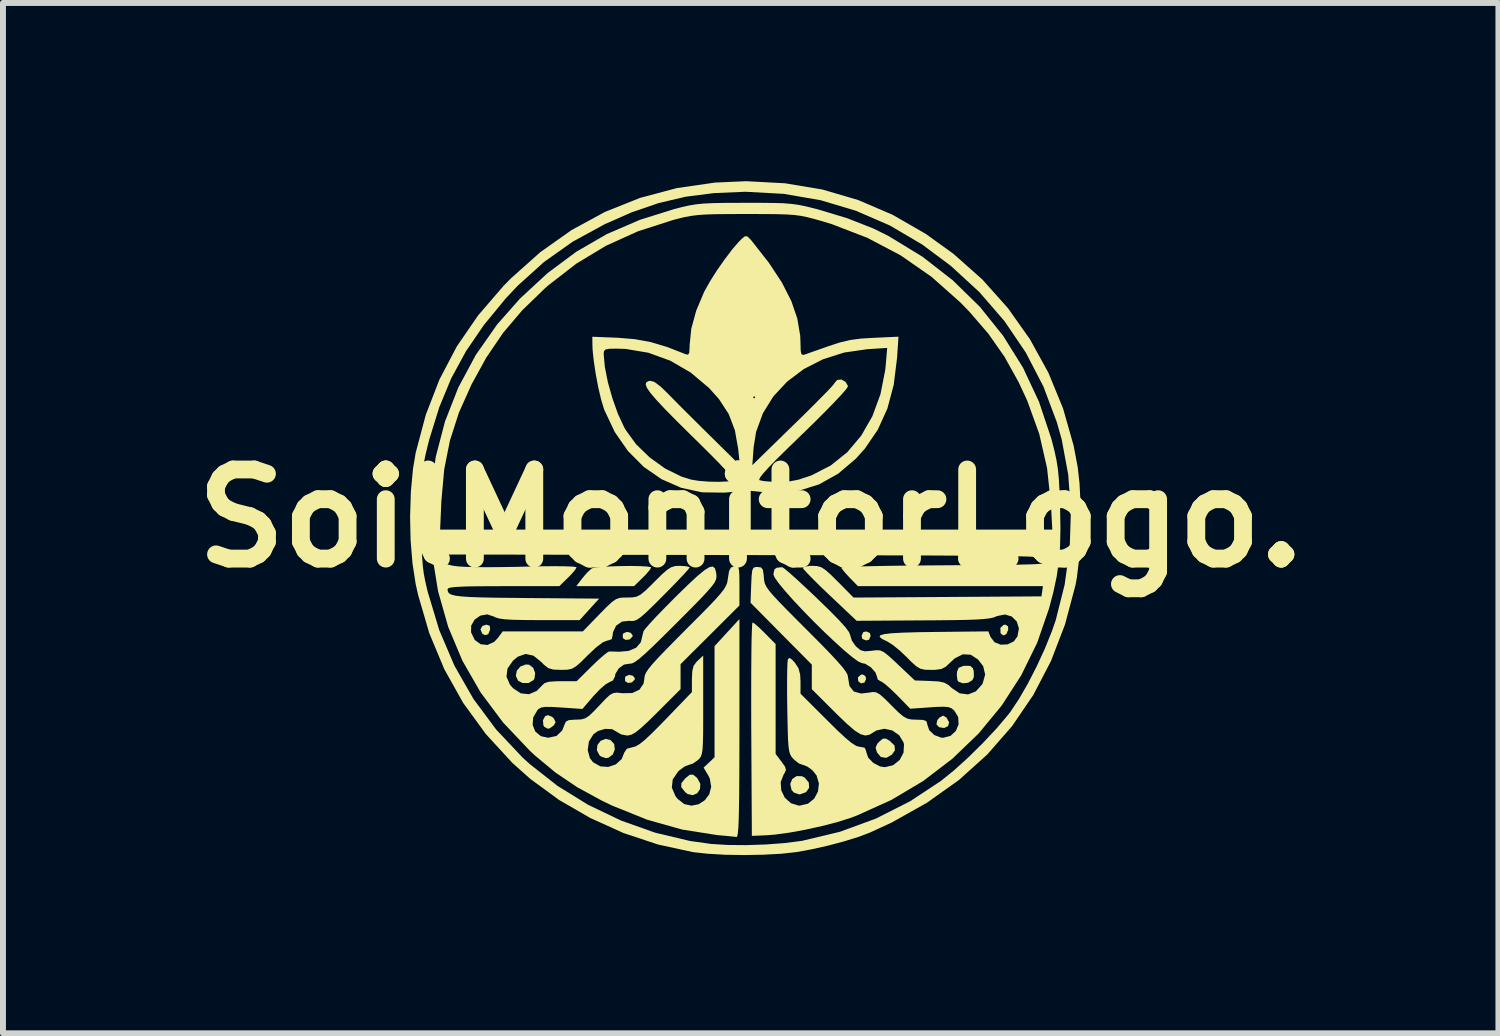
<source format=kicad_pcb>
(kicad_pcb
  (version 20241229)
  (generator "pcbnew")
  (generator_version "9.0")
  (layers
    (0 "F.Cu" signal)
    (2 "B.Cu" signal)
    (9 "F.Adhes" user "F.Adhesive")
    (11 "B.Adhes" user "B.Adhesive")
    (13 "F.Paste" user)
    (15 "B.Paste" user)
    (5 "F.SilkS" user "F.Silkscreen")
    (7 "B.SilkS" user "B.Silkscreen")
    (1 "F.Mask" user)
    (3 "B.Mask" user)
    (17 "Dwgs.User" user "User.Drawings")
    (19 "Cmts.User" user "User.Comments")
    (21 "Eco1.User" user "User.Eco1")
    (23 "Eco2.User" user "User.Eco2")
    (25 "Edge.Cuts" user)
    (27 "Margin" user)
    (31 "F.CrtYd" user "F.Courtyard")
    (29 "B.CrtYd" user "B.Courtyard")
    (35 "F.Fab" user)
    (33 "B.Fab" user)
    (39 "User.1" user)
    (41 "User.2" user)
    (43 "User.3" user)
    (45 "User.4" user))
  (footprint "SoilMonitorLogo."
    (layer "F.Cu")
    (at 9.586 5.674)
    (property "Reference" "SoilMonitorLogo." (at 0 0 0) (layer "F.SilkS") (effects (font (size 1.5 1.5) (thickness 0.3))))
    (attr board_only exclude_from_pos_files exclude_from_bom)
    (fp_poly (pts (xy -4.392 1.81) (xy -4.386 1.873) (xy -4.419 1.952) (xy -4.476 1.967) (xy -4.521 1.938) (xy -4.549 1.87) (xy -4.517 1.812) (xy -4.449 1.79)) (stroke (width 0) (type solid)) (fill yes) (layer "F.SilkS"))
    (fp_poly (pts (xy 1.932 2.659) (xy 1.942 2.704) (xy 1.915 2.765) (xy 1.857 2.778) (xy 1.809 2.742) (xy 1.804 2.678) (xy 1.853 2.633) (xy 1.887 2.628)) (stroke (width 0) (type solid)) (fill yes) (layer "F.SilkS"))
    (fp_poly (pts (xy 2.006 1.931) (xy 2.018 1.98) (xy 1.991 2.044) (xy 1.942 2.056) (xy 1.878 2.029) (xy 1.866 1.98) (xy 1.893 1.917) (xy 1.942 1.904)) (stroke (width 0) (type solid)) (fill yes) (layer "F.SilkS"))
    (fp_poly (pts (xy -2.019 1.928) (xy -1.987 1.971) (xy -1.99 1.99) (xy -2.037 2.039) (xy -2.106 2.047) (xy -2.152 2.017) (xy -2.154 1.955) (xy -2.139 1.934) (xy -2.081 1.911)) (stroke (width 0) (type solid)) (fill yes) (layer "F.SilkS"))
    (fp_poly (pts (xy -1.981 2.652) (xy -1.949 2.695) (xy -1.952 2.713) (xy -1.999 2.762) (xy -2.068 2.771) (xy -2.114 2.741) (xy -2.116 2.679) (xy -2.101 2.657) (xy -2.043 2.635)) (stroke (width 0) (type solid)) (fill yes) (layer "F.SilkS"))
    (fp_poly (pts (xy 4.332 1.82) (xy 4.334 1.873) (xy 4.304 1.947) (xy 4.255 1.972) (xy 4.21 1.941) (xy 4.205 1.928) (xy 4.202 1.844) (xy 4.255 1.795) (xy 4.289 1.79)) (stroke (width 0) (type solid)) (fill yes) (layer "F.SilkS"))
    (fp_poly (pts (xy 3.296 3.355) (xy 3.297 3.357) (xy 3.34 3.435) (xy 3.321 3.498) (xy 3.256 3.53) (xy 3.17 3.516) (xy 3.126 3.467) (xy 3.141 3.396) (xy 3.182 3.35) (xy 3.24 3.321)) (stroke (width 0) (type solid)) (fill yes) (layer "F.SilkS"))
    (fp_poly (pts (xy -3.346 3.34) (xy -3.313 3.37) (xy -3.285 3.431) (xy -3.313 3.484) (xy -3.379 3.533) (xy -3.414 3.542) (xy -3.473 3.511) (xy -3.49 3.484) (xy -3.497 3.398) (xy -3.461 3.331) (xy -3.414 3.313)) (stroke (width 0) (type solid)) (fill yes) (layer "F.SilkS"))
    (fp_poly (pts (xy -3.729 2.465) (xy -3.661 2.517) (xy -3.628 2.606) (xy -3.64 2.697) (xy -3.656 2.723) (xy -3.739 2.772) (xy -3.842 2.772) (xy -3.915 2.734) (xy -3.954 2.652) (xy -3.937 2.565) (xy -3.876 2.494) (xy -3.786 2.46)) (stroke (width 0) (type solid)) (fill yes) (layer "F.SilkS"))
    (fp_poly (pts (xy -2.361 3.732) (xy -2.298 3.8) (xy -2.288 3.891) (xy -2.322 3.976) (xy -2.394 4.03) (xy -2.437 4.037) (xy -2.517 4.011) (xy -2.544 3.991) (xy -2.59 3.904) (xy -2.58 3.815) (xy -2.526 3.745) (xy -2.444 3.713)) (stroke (width 0) (type solid)) (fill yes) (layer "F.SilkS"))
    (fp_poly (pts (xy 0.863 4.341) (xy 0.908 4.364) (xy 0.977 4.447) (xy 0.983 4.536) (xy 0.932 4.609) (xy 0.833 4.645) (xy 0.812 4.646) (xy 0.727 4.616) (xy 0.687 4.572) (xy 0.665 4.471) (xy 0.699 4.388) (xy 0.771 4.339)) (stroke (width 0) (type solid)) (fill yes) (layer "F.SilkS"))
    (fp_poly (pts (xy 2.34 3.746) (xy 2.421 3.824) (xy 2.427 3.906) (xy 2.377 3.977) (xy 2.282 4.032) (xy 2.191 4.018) (xy 2.125 3.94) (xy 2.102 3.86) (xy 2.129 3.797) (xy 2.161 3.762) (xy 2.223 3.709) (xy 2.274 3.708)) (stroke (width 0) (type solid)) (fill yes) (layer "F.SilkS"))
    (fp_poly (pts (xy -0.898 4.375) (xy -0.898 4.376) (xy -0.848 4.47) (xy -0.854 4.559) (xy -0.901 4.628) (xy -0.975 4.66) (xy -1.062 4.641) (xy -1.105 4.607) (xy -1.169 4.526) (xy -1.167 4.458) (xy -1.104 4.379) (xy -1.027 4.316) (xy -0.968 4.315)) (stroke (width 0) (type solid)) (fill yes) (layer "F.SilkS"))
    (fp_poly (pts (xy 3.695 2.484) (xy 3.738 2.522) (xy 3.754 2.569) (xy 3.756 2.67) (xy 3.732 2.723) (xy 3.66 2.768) (xy 3.571 2.777) (xy 3.499 2.751) (xy 3.48 2.726) (xy 3.469 2.645) (xy 3.472 2.583) (xy 3.5 2.516) (xy 3.575 2.486) (xy 3.607 2.482)) (stroke (width 0) (type solid)) (fill yes) (layer "F.SilkS"))
    (fp_poly (pts (xy -1.866 0.805) (xy -1.75 0.811) (xy -1.684 0.821) (xy -1.676 0.828) (xy -1.701 0.871) (xy -1.765 0.946) (xy -1.82 1.001) (xy -1.964 1.142) (xy -2.45 1.142) (xy -2.936 1.142) (xy -2.833 1.007) (xy -2.756 0.917) (xy -2.687 0.853) (xy -2.669 0.841) (xy -2.608 0.827) (xy -2.495 0.817) (xy -2.348 0.809) (xy -2.182 0.804) (xy -2.016 0.802)) (stroke (width 0) (type solid)) (fill yes) (layer "F.SilkS"))
    (fp_poly (pts (xy 0.579 -5.639) (xy 1.207 -5.534) (xy 1.809 -5.357) (xy 2.389 -5.108) (xy 2.948 -4.786) (xy 3.413 -4.451) (xy 3.898 -4.02) (xy 4.329 -3.538) (xy 4.701 -3.012) (xy 5.012 -2.447) (xy 5.257 -1.849) (xy 5.435 -1.224) (xy 5.504 -0.86) (xy 5.534 -0.592) (xy 5.55 -0.279) (xy 5.554 0.059) (xy 5.545 0.399) (xy 5.523 0.719) (xy 5.49 0.997) (xy 5.467 1.123) (xy 5.29 1.787) (xy 5.053 2.404) (xy 4.756 2.974) (xy 4.398 3.499) (xy 3.981 3.976) (xy 3.504 4.405) (xy 2.967 4.787) (xy 2.372 5.121) (xy 2.003 5.291) (xy 1.809 5.364) (xy 1.563 5.44) (xy 1.29 5.512) (xy 1.017 5.573) (xy 0.769 5.618) (xy 0.516 5.646) (xy 0.216 5.662) (xy -0.107 5.668) (xy -0.429 5.663) (xy -0.725 5.646) (xy -0.97 5.619) (xy -0.971 5.619) (xy -1.559 5.491) (xy -2.14 5.298) (xy -2.701 5.044) (xy -3.23 4.738) (xy -3.713 4.384) (xy -4.011 4.118) (xy -4.458 3.632) (xy -4.84 3.107) (xy -5.157 2.541) (xy -5.41 1.935) (xy -5.599 1.288) (xy -5.64 1.104) (xy -5.693 0.759) (xy -5.725 0.368) (xy -5.733 0) (xy -5.539 0) (xy -5.539 0.278) (xy -5.536 0.495) (xy -5.53 0.666) (xy -5.519 0.806) (xy -5.503 0.931) (xy -5.479 1.056) (xy -5.447 1.195) (xy -5.436 1.24) (xy -5.242 1.884) (xy -4.985 2.485) (xy -4.666 3.042) (xy -4.284 3.556) (xy -3.841 4.026) (xy -3.714 4.141) (xy -3.249 4.506) (xy -2.734 4.824) (xy -2.182 5.088) (xy -1.607 5.292) (xy -1.023 5.431) (xy -0.666 5.481) (xy -0.392 5.498) (xy -0.075 5.501) (xy 0.257 5.49) (xy 0.573 5.466) (xy 0.847 5.431) (xy 0.871 5.427) (xy 1.502 5.276) (xy 2.107 5.054) (xy 2.682 4.763) (xy 3.199 4.422) (xy 3.42 4.244) (xy 3.663 4.024) (xy 3.909 3.781) (xy 4.138 3.537) (xy 4.329 3.311) (xy 4.372 3.256) (xy 4.512 3.046) (xy 4.663 2.785) (xy 4.813 2.493) (xy 4.952 2.191) (xy 5.069 1.901) (xy 5.134 1.714) (xy 5.284 1.116) (xy 5.369 0.5) (xy 5.389 -0.121) (xy 5.344 -0.735) (xy 5.234 -1.329) (xy 5.154 -1.613) (xy 4.926 -2.219) (xy 4.631 -2.788) (xy 4.272 -3.318) (xy 3.85 -3.806) (xy 3.367 -4.25) (xy 2.885 -4.609) (xy 2.345 -4.927) (xy 1.774 -5.175) (xy 1.177 -5.354) (xy 0.557 -5.461) (xy -0.083 -5.496) (xy -0.095 -5.496) (xy -0.617 -5.474) (xy -1.094 -5.413) (xy -1.55 -5.306) (xy -2.007 -5.149) (xy -2.456 -4.951) (xy -2.995 -4.657) (xy -3.48 -4.314) (xy -3.922 -3.915) (xy -4.126 -3.698) (xy -4.492 -3.253) (xy -4.793 -2.812) (xy -5.041 -2.356) (xy -5.243 -1.868) (xy -5.41 -1.329) (xy -5.438 -1.219) (xy -5.472 -1.079) (xy -5.497 -0.957) (xy -5.516 -0.837) (xy -5.528 -0.704) (xy -5.535 -0.544) (xy -5.538 -0.342) (xy -5.539 -0.082) (xy -5.539 0) (xy -5.733 0) (xy -5.733 -0.043) (xy -5.72 -0.451) (xy -5.685 -0.83) (xy -5.639 -1.104) (xy -5.469 -1.743) (xy -5.239 -2.337) (xy -4.947 -2.893) (xy -4.588 -3.416) (xy -4.159 -3.914) (xy -4.038 -4.037) (xy -3.544 -4.478) (xy -3.015 -4.852) (xy -2.454 -5.157) (xy -1.863 -5.393) (xy -1.244 -5.558) (xy -0.601 -5.651) (xy -0.076 -5.674)) (stroke (width 0) (type solid)) (fill yes) (layer "F.SilkS"))
    (fp_poly (pts (xy 0.176 -5.31) (xy 0.387 -5.308) (xy 0.551 -5.303) (xy 0.685 -5.292) (xy 0.804 -5.276) (xy 0.922 -5.252) (xy 1.056 -5.219) (xy 1.123 -5.202) (xy 1.624 -5.051) (xy 2.066 -4.877) (xy 2.319 -4.752) (xy 2.889 -4.404) (xy 3.401 -4.006) (xy 3.856 -3.561) (xy 4.25 -3.07) (xy 4.583 -2.536) (xy 4.853 -1.959) (xy 5.059 -1.342) (xy 5.07 -1.301) (xy 5.115 -1.125) (xy 5.148 -0.971) (xy 5.171 -0.821) (xy 5.187 -0.654) (xy 5.198 -0.451) (xy 5.207 -0.193) (xy 5.207 -0.183) (xy 5.213 0.169) (xy 5.207 0.467) (xy 5.186 0.731) (xy 5.149 0.984) (xy 5.093 1.246) (xy 5.022 1.515) (xy 4.822 2.094) (xy 4.554 2.641) (xy 4.224 3.152) (xy 3.836 3.622) (xy 3.395 4.046) (xy 2.904 4.421) (xy 2.368 4.74) (xy 1.793 5) (xy 1.676 5.044) (xy 1.46 5.112) (xy 1.203 5.179) (xy 0.926 5.24) (xy 0.655 5.29) (xy 0.414 5.323) (xy 0.267 5.335) (xy 0.019 5.345) (xy 0.009 3.549) (xy 0.008 3.187) (xy 0.008 2.849) (xy 0.009 2.544) (xy 0.011 2.277) (xy 0.014 2.057) (xy 0.019 1.892) (xy 0.024 1.787) (xy 0.03 1.752) (xy 0.07 1.777) (xy 0.146 1.843) (xy 0.239 1.934) (xy 0.419 2.116) (xy 0.419 3.041) (xy 0.419 3.966) (xy 0.517 4.095) (xy 0.577 4.179) (xy 0.593 4.234) (xy 0.57 4.288) (xy 0.555 4.31) (xy 0.504 4.441) (xy 0.514 4.579) (xy 0.574 4.703) (xy 0.676 4.795) (xy 0.808 4.836) (xy 0.824 4.836) (xy 0.963 4.804) (xy 1.068 4.719) (xy 1.132 4.599) (xy 1.148 4.464) (xy 1.109 4.33) (xy 1.042 4.244) (xy 0.957 4.181) (xy 0.884 4.151) (xy 0.877 4.151) (xy 0.809 4.125) (xy 0.729 4.061) (xy 0.721 4.053) (xy 0.689 4.017) (xy 0.666 3.978) (xy 0.649 3.925) (xy 0.637 3.846) (xy 0.628 3.731) (xy 0.623 3.569) (xy 0.618 3.347) (xy 0.615 3.194) (xy 0.612 2.958) (xy 0.612 2.746) (xy 0.614 2.571) (xy 0.618 2.444) (xy 0.624 2.379) (xy 0.625 2.375) (xy 0.649 2.349) (xy 0.692 2.375) (xy 0.743 2.43) (xy 0.804 2.523) (xy 0.832 2.63) (xy 0.838 2.748) (xy 0.838 2.952) (xy 1.286 3.399) (xy 1.463 3.574) (xy 1.598 3.699) (xy 1.697 3.781) (xy 1.771 3.828) (xy 1.826 3.846) (xy 1.838 3.846) (xy 1.917 3.861) (xy 1.942 3.913) (xy 1.942 3.924) (xy 1.976 4.027) (xy 2.063 4.117) (xy 2.178 4.177) (xy 2.257 4.189) (xy 2.397 4.156) (xy 2.507 4.068) (xy 2.572 3.945) (xy 2.58 3.805) (xy 2.571 3.771) (xy 2.498 3.65) (xy 2.383 3.571) (xy 2.249 3.542) (xy 2.117 3.571) (xy 2.073 3.597) (xy 2 3.642) (xy 1.929 3.656) (xy 1.848 3.634) (xy 1.749 3.571) (xy 1.622 3.462) (xy 1.455 3.302) (xy 1.419 3.266) (xy 1.028 2.876) (xy 1.028 2.669) (xy 1.028 2.462) (xy 0.512 1.942) (xy -0.003 1.421) (xy 0.008 1.12) (xy 0.015 0.97) (xy 0.025 0.88) (xy 0.044 0.836) (xy 0.077 0.82) (xy 0.114 0.819) (xy 0.173 0.827) (xy 0.204 0.864) (xy 0.218 0.951) (xy 0.221 0.992) (xy 0.226 1.046) (xy 0.237 1.096) (xy 0.262 1.149) (xy 0.305 1.212) (xy 0.373 1.293) (xy 0.473 1.401) (xy 0.61 1.542) (xy 0.791 1.724) (xy 0.935 1.868) (xy 1.157 2.091) (xy 1.33 2.269) (xy 1.458 2.406) (xy 1.548 2.51) (xy 1.604 2.586) (xy 1.632 2.64) (xy 1.637 2.672) (xy 1.662 2.823) (xy 1.735 2.915) (xy 1.857 2.949) (xy 1.991 2.934) (xy 2.058 2.923) (xy 2.113 2.93) (xy 2.173 2.964) (xy 2.254 3.035) (xy 2.366 3.147) (xy 2.483 3.263) (xy 2.567 3.334) (xy 2.636 3.372) (xy 2.708 3.387) (xy 2.788 3.389) (xy 2.899 3.394) (xy 2.954 3.412) (xy 2.97 3.453) (xy 2.97 3.465) (xy 3.004 3.566) (xy 3.09 3.648) (xy 3.205 3.692) (xy 3.237 3.694) (xy 3.363 3.662) (xy 3.453 3.579) (xy 3.499 3.467) (xy 3.492 3.344) (xy 3.426 3.236) (xy 3.381 3.198) (xy 3.327 3.178) (xy 3.245 3.171) (xy 3.115 3.175) (xy 3.017 3.182) (xy 2.685 3.205) (xy 2.459 2.973) (xy 2.35 2.868) (xy 2.257 2.787) (xy 2.195 2.745) (xy 2.183 2.742) (xy 2.137 2.712) (xy 2.133 2.69) (xy 2.101 2.597) (xy 2.023 2.508) (xy 1.926 2.448) (xy 1.872 2.437) (xy 1.81 2.41) (xy 1.707 2.335) (xy 1.571 2.221) (xy 1.412 2.077) (xy 1.238 1.913) (xy 1.059 1.736) (xy 0.884 1.557) (xy 0.722 1.385) (xy 0.582 1.227) (xy 0.472 1.094) (xy 0.402 0.995) (xy 0.381 0.942) (xy 0.4 0.858) (xy 0.438 0.832) (xy 0.512 0.824) (xy 0.53 0.823) (xy 0.567 0.847) (xy 0.65 0.916) (xy 0.77 1.023) (xy 0.917 1.159) (xy 1.085 1.317) (xy 1.12 1.351) (xy 1.329 1.554) (xy 1.485 1.713) (xy 1.592 1.831) (xy 1.654 1.915) (xy 1.675 1.968) (xy 1.676 1.972) (xy 1.702 2.058) (xy 1.765 2.149) (xy 1.773 2.157) (xy 1.845 2.218) (xy 1.919 2.239) (xy 2.028 2.231) (xy 2.039 2.229) (xy 2.117 2.22) (xy 2.179 2.224) (xy 2.239 2.251) (xy 2.314 2.309) (xy 2.422 2.407) (xy 2.485 2.467) (xy 2.763 2.729) (xy 3.018 2.738) (xy 3.162 2.746) (xy 3.257 2.766) (xy 3.327 2.805) (xy 3.385 2.858) (xy 3.518 2.946) (xy 3.658 2.964) (xy 3.788 2.914) (xy 3.892 2.799) (xy 3.905 2.777) (xy 3.946 2.63) (xy 3.913 2.49) (xy 3.827 2.377) (xy 3.703 2.296) (xy 3.57 2.289) (xy 3.435 2.357) (xy 3.368 2.418) (xy 3.284 2.498) (xy 3.207 2.537) (xy 3.103 2.551) (xy 3.038 2.551) (xy 2.933 2.549) (xy 2.856 2.532) (xy 2.787 2.491) (xy 2.701 2.414) (xy 2.626 2.338) (xy 2.508 2.226) (xy 2.391 2.131) (xy 2.298 2.073) (xy 2.292 2.07) (xy 2.208 2.029) (xy 2.17 1.996) (xy 2.18 1.97) (xy 2.244 1.95) (xy 2.366 1.935) (xy 2.55 1.925) (xy 2.803 1.917) (xy 3.098 1.913) (xy 4 1.903) (xy 4.036 1.997) (xy 4.104 2.086) (xy 4.208 2.127) (xy 4.324 2.122) (xy 4.428 2.072) (xy 4.49 1.988) (xy 4.514 1.852) (xy 4.477 1.736) (xy 4.394 1.653) (xy 4.279 1.619) (xy 4.148 1.645) (xy 4.132 1.652) (xy 4.086 1.67) (xy 4.021 1.684) (xy 3.925 1.695) (xy 3.793 1.704) (xy 3.614 1.71) (xy 3.38 1.714) (xy 3.083 1.717) (xy 2.9 1.718) (xy 1.783 1.725) (xy 1.329 1.296) (xy 1.177 1.151) (xy 1.047 1.022) (xy 0.948 0.92) (xy 0.888 0.854) (xy 0.876 0.834) (xy 0.91 0.813) (xy 0.995 0.801) (xy 1.039 0.8) (xy 1.118 0.804) (xy 1.185 0.823) (xy 1.255 0.867) (xy 1.345 0.946) (xy 1.467 1.067) (xy 1.731 1.334) (xy 3.312 1.324) (xy 4.893 1.314) (xy 4.906 1.228) (xy 4.918 1.142) (xy 3.362 1.142) (xy 1.805 1.142) (xy 1.664 0.998) (xy 1.585 0.912) (xy 1.534 0.848) (xy 1.523 0.827) (xy 1.56 0.821) (xy 1.666 0.816) (xy 1.832 0.81) (xy 2.052 0.805) (xy 2.318 0.8) (xy 2.623 0.796) (xy 2.958 0.793) (xy 3.265 0.791) (xy 3.675 0.788) (xy 4.014 0.786) (xy 4.291 0.783) (xy 4.51 0.78) (xy 4.68 0.776) (xy 4.806 0.771) (xy 4.894 0.764) (xy 4.952 0.755) (xy 4.986 0.744) (xy 5.002 0.731) (xy 5.007 0.714) (xy 5.008 0.704) (xy 5.007 0.694) (xy 5.002 0.684) (xy 4.989 0.675) (xy 4.964 0.667) (xy 4.923 0.66) (xy 4.863 0.654) (xy 4.78 0.649) (xy 4.669 0.644) (xy 4.528 0.64) (xy 4.353 0.637) (xy 4.138 0.634) (xy 3.882 0.631) (xy 3.579 0.629) (xy 3.227 0.627) (xy 2.821 0.625) (xy 2.358 0.624) (xy 1.833 0.623) (xy 1.243 0.621) (xy 0.584 0.62) (xy -0.088 0.619) (xy -5.184 0.609) (xy -5.172 0.695) (xy -5.155 0.744) (xy -5.11 0.776) (xy -5.018 0.797) (xy -4.931 0.809) (xy -4.827 0.816) (xy -4.66 0.821) (xy -4.446 0.823) (xy -4.2 0.821) (xy -3.936 0.817) (xy -3.818 0.814) (xy -3.537 0.808) (xy -3.301 0.806) (xy -3.117 0.808) (xy -2.993 0.813) (xy -2.935 0.822) (xy -2.932 0.825) (xy -2.957 0.87) (xy -3.022 0.946) (xy -3.077 1.001) (xy -3.221 1.142) (xy -4.162 1.142) (xy -4.461 1.143) (xy -4.692 1.145) (xy -4.862 1.15) (xy -4.981 1.157) (xy -5.055 1.166) (xy -5.093 1.179) (xy -5.103 1.195) (xy -5.098 1.231) (xy -5.08 1.261) (xy -5.04 1.284) (xy -4.971 1.302) (xy -4.866 1.315) (xy -4.718 1.325) (xy -4.519 1.332) (xy -4.261 1.337) (xy -3.938 1.34) (xy -3.777 1.342) (xy -2.552 1.352) (xy -2.716 1.533) (xy -2.88 1.714) (xy -3.555 1.714) (xy -3.811 1.712) (xy -4.001 1.708) (xy -4.138 1.7) (xy -4.232 1.687) (xy -4.293 1.669) (xy -4.319 1.655) (xy -4.435 1.617) (xy -4.551 1.638) (xy -4.647 1.705) (xy -4.705 1.806) (xy -4.707 1.92) (xy -4.645 2.048) (xy -4.547 2.119) (xy -4.432 2.132) (xy -4.318 2.08) (xy -4.259 2.018) (xy -4.175 1.904) (xy -3.5 1.904) (xy -2.826 1.904) (xy -2.549 1.618) (xy -2.424 1.491) (xy -2.335 1.408) (xy -2.267 1.361) (xy -2.203 1.339) (xy -2.127 1.333) (xy -2.077 1.333) (xy -1.986 1.331) (xy -1.916 1.317) (xy -1.85 1.282) (xy -1.77 1.216) (xy -1.66 1.108) (xy -1.618 1.066) (xy -1.494 0.943) (xy -1.404 0.865) (xy -1.335 0.822) (xy -1.268 0.803) (xy -1.191 0.8) (xy -1.092 0.806) (xy -1.034 0.82) (xy -1.028 0.828) (xy -1.054 0.863) (xy -1.125 0.942) (xy -1.232 1.055) (xy -1.366 1.193) (xy -1.472 1.3) (xy -1.637 1.465) (xy -1.759 1.583) (xy -1.848 1.661) (xy -1.913 1.706) (xy -1.964 1.726) (xy -2.01 1.729) (xy -2.039 1.725) (xy -2.166 1.738) (xy -2.266 1.808) (xy -2.319 1.919) (xy -2.323 1.961) (xy -2.339 2.034) (xy -2.401 2.056) (xy -2.41 2.056) (xy -2.489 2.087) (xy -2.607 2.177) (xy -2.742 2.304) (xy -2.859 2.421) (xy -2.942 2.493) (xy -3.01 2.532) (xy -3.082 2.548) (xy -3.176 2.551) (xy -3.195 2.551) (xy -3.322 2.546) (xy -3.406 2.522) (xy -3.479 2.466) (xy -3.525 2.418) (xy -3.657 2.312) (xy -3.788 2.283) (xy -3.92 2.329) (xy -4.001 2.396) (xy -4.094 2.529) (xy -4.111 2.666) (xy -4.052 2.801) (xy -4.001 2.859) (xy -3.87 2.946) (xy -3.732 2.961) (xy -3.601 2.905) (xy -3.511 2.812) (xy -3.468 2.773) (xy -3.396 2.751) (xy -3.277 2.743) (xy -3.196 2.742) (xy -2.93 2.742) (xy -2.68 2.494) (xy -2.566 2.385) (xy -2.469 2.3) (xy -2.403 2.25) (xy -2.386 2.243) (xy -2.32 2.242) (xy -2.219 2.246) (xy -2.215 2.246) (xy -2.054 2.232) (xy -1.928 2.178) (xy -1.853 2.091) (xy -1.843 2.061) (xy -1.82 1.962) (xy -1.805 1.902) (xy -1.774 1.858) (xy -1.697 1.77) (xy -1.583 1.647) (xy -1.44 1.5) (xy -1.277 1.335) (xy -1.26 1.318) (xy -1.055 1.118) (xy -0.897 0.971) (xy -0.778 0.873) (xy -0.693 0.821) (xy -0.637 0.812) (xy -0.602 0.843) (xy -0.583 0.91) (xy -0.578 0.949) (xy -0.577 0.991) (xy -0.586 1.034) (xy -0.611 1.085) (xy -0.659 1.15) (xy -0.736 1.238) (xy -0.846 1.356) (xy -0.998 1.511) (xy -1.196 1.71) (xy -1.257 1.771) (xy -1.475 1.988) (xy -1.647 2.156) (xy -1.779 2.28) (xy -1.877 2.365) (xy -1.949 2.418) (xy -1.999 2.443) (xy -2.036 2.447) (xy -2.037 2.447) (xy -2.133 2.462) (xy -2.222 2.527) (xy -2.278 2.619) (xy -2.285 2.662) (xy -2.319 2.729) (xy -2.375 2.756) (xy -2.443 2.795) (xy -2.539 2.878) (xy -2.642 2.986) (xy -2.649 2.994) (xy -2.833 3.209) (xy -3.181 3.185) (xy -3.35 3.175) (xy -3.46 3.174) (xy -3.529 3.186) (xy -3.573 3.211) (xy -3.589 3.227) (xy -3.661 3.351) (xy -3.671 3.477) (xy -3.626 3.589) (xy -3.532 3.667) (xy -3.408 3.694) (xy -3.268 3.663) (xy -3.173 3.571) (xy -3.138 3.482) (xy -3.113 3.424) (xy -3.063 3.397) (xy -2.964 3.389) (xy -2.942 3.389) (xy -2.853 3.385) (xy -2.784 3.366) (xy -2.716 3.32) (xy -2.629 3.236) (xy -2.552 3.155) (xy -2.445 3.041) (xy -2.371 2.973) (xy -2.311 2.941) (xy -2.248 2.934) (xy -2.163 2.944) (xy -2.161 2.944) (xy -1.995 2.941) (xy -1.873 2.885) (xy -1.803 2.781) (xy -1.79 2.692) (xy -1.784 2.649) (xy -1.764 2.6) (xy -1.722 2.536) (xy -1.653 2.452) (xy -1.551 2.34) (xy -1.41 2.194) (xy -1.224 2.005) (xy -1.097 1.877) (xy -0.886 1.666) (xy -0.722 1.5) (xy -0.6 1.372) (xy -0.513 1.274) (xy -0.454 1.199) (xy -0.418 1.139) (xy -0.397 1.086) (xy -0.387 1.032) (xy -0.383 1.001) (xy -0.364 0.887) (xy -0.334 0.83) (xy -0.282 0.807) (xy -0.276 0.807) (xy -0.235 0.804) (xy -0.21 0.821) (xy -0.197 0.872) (xy -0.191 0.97) (xy -0.19 1.13) (xy -0.19 1.131) (xy -0.19 1.467) (xy -0.685 1.961) (xy -1.181 2.455) (xy -1.181 2.666) (xy -1.181 2.876) (xy -1.571 3.266) (xy -1.732 3.424) (xy -1.851 3.533) (xy -1.938 3.603) (xy -2.006 3.641) (xy -2.063 3.655) (xy -2.081 3.656) (xy -2.18 3.638) (xy -2.247 3.599) (xy -2.332 3.549) (xy -2.45 3.544) (xy -2.57 3.58) (xy -2.648 3.635) (xy -2.724 3.758) (xy -2.744 3.9) (xy -2.708 4.035) (xy -2.654 4.106) (xy -2.532 4.175) (xy -2.398 4.185) (xy -2.271 4.142) (xy -2.172 4.052) (xy -2.127 3.941) (xy -2.086 3.879) (xy -1.993 3.854) (xy -1.937 3.839) (xy -1.87 3.8) (xy -1.781 3.729) (xy -1.664 3.619) (xy -1.508 3.462) (xy -1.432 3.384) (xy -0.99 2.925) (xy -0.99 2.707) (xy -0.984 2.572) (xy -0.962 2.484) (xy -0.913 2.417) (xy -0.895 2.399) (xy -0.8 2.31) (xy -0.8 3.147) (xy -0.8 3.421) (xy -0.801 3.628) (xy -0.805 3.78) (xy -0.811 3.887) (xy -0.822 3.958) (xy -0.837 4.006) (xy -0.859 4.039) (xy -0.888 4.068) (xy -0.888 4.068) (xy -0.971 4.127) (xy -1.043 4.151) (xy -1.111 4.176) (xy -1.198 4.24) (xy -1.222 4.262) (xy -1.313 4.395) (xy -1.328 4.533) (xy -1.267 4.676) (xy -1.234 4.719) (xy -1.12 4.81) (xy -0.996 4.837) (xy -0.875 4.812) (xy -0.771 4.744) (xy -0.697 4.643) (xy -0.665 4.518) (xy -0.689 4.38) (xy -0.716 4.326) (xy -0.793 4.196) (xy -0.701 4.11) (xy -0.609 4.023) (xy -0.609 3.087) (xy -0.609 2.152) (xy -0.4 1.924) (xy -0.19 1.696) (xy -0.19 3.533) (xy -0.191 3.971) (xy -0.192 4.338) (xy -0.194 4.64) (xy -0.198 4.881) (xy -0.202 5.067) (xy -0.208 5.203) (xy -0.216 5.294) (xy -0.225 5.346) (xy -0.236 5.364) (xy -0.238 5.364) (xy -0.297 5.357) (xy -0.409 5.346) (xy -0.552 5.333) (xy -0.571 5.331) (xy -1.154 5.239) (xy -1.741 5.074) (xy -2.334 4.835) (xy -2.506 4.752) (xy -2.921 4.526) (xy -3.288 4.278) (xy -3.632 3.992) (xy -3.721 3.909) (xy -4.168 3.437) (xy -4.545 2.933) (xy -4.853 2.397) (xy -5.092 1.828) (xy -5.263 1.226) (xy -5.366 0.59) (xy -5.394 0.209) (xy -5.394 0.19) (xy -5.228 0.19) (xy -2.709 0.19) (xy -0.19 0.19) (xy -0.19 -0.131) (xy -0.19 -0.453) (xy -0.447 -0.432) (xy -0.819 -0.437) (xy -1.172 -0.514) (xy -1.502 -0.659) (xy -1.801 -0.866) (xy -2.066 -1.132) (xy -2.289 -1.453) (xy -2.465 -1.826) (xy -2.471 -1.844) (xy -2.518 -1.999) (xy -2.566 -2.203) (xy -2.609 -2.43) (xy -2.642 -2.653) (xy -2.655 -2.77) (xy -2.475 -2.77) (xy -2.456 -2.551) (xy -2.405 -2.292) (xy -2.328 -2.02) (xy -2.235 -1.758) (xy -2.131 -1.534) (xy -2.107 -1.491) (xy -1.93 -1.247) (xy -1.701 -1.025) (xy -1.441 -0.838) (xy -1.168 -0.703) (xy -1.002 -0.651) (xy -0.871 -0.63) (xy -0.707 -0.617) (xy -0.539 -0.614) (xy -0.396 -0.62) (xy -0.322 -0.631) (xy -0.307 -0.645) (xy -0.315 -0.675) (xy -0.351 -0.729) (xy -0.421 -0.809) (xy -0.528 -0.924) (xy -0.679 -1.077) (xy -0.877 -1.274) (xy -1.008 -1.402) (xy -1.252 -1.644) (xy -1.445 -1.84) (xy -1.589 -1.994) (xy -1.689 -2.111) (xy -1.747 -2.196) (xy -1.768 -2.254) (xy -1.756 -2.291) (xy -1.714 -2.311) (xy -1.692 -2.315) (xy -1.621 -2.295) (xy -1.516 -2.217) (xy -1.401 -2.106) (xy -1.302 -2.005) (xy -1.163 -1.864) (xy -0.997 -1.699) (xy -0.819 -1.522) (xy -0.685 -1.39) (xy -0.183 -0.895) (xy 0.027 -0.895) (xy 0.689 -1.541) (xy 0.876 -1.723) (xy 1.045 -1.891) (xy 1.188 -2.035) (xy 1.299 -2.148) (xy 1.368 -2.222) (xy 1.387 -2.245) (xy 1.438 -2.311) (xy 1.461 -2.33) (xy 1.528 -2.336) (xy 1.597 -2.296) (xy 1.634 -2.231) (xy 1.635 -2.217) (xy 1.607 -2.174) (xy 1.532 -2.087) (xy 1.415 -1.962) (xy 1.264 -1.807) (xy 1.086 -1.629) (xy 0.888 -1.435) (xy 0.86 -1.409) (xy 0.623 -1.179) (xy 0.437 -0.996) (xy 0.301 -0.855) (xy 0.209 -0.754) (xy 0.157 -0.687) (xy 0.142 -0.65) (xy 0.149 -0.641) (xy 0.217 -0.627) (xy 0.334 -0.617) (xy 0.468 -0.612) (xy 0.641 -0.619) (xy 0.803 -0.65) (xy 0.989 -0.711) (xy 1.027 -0.725) (xy 1.345 -0.888) (xy 1.625 -1.112) (xy 1.86 -1.391) (xy 2.048 -1.719) (xy 2.184 -2.089) (xy 2.264 -2.496) (xy 2.274 -2.598) (xy 2.297 -2.868) (xy 1.958 -2.846) (xy 1.572 -2.79) (xy 1.215 -2.676) (xy 0.893 -2.512) (xy 0.613 -2.301) (xy 0.381 -2.052) (xy 0.205 -1.768) (xy 0.091 -1.457) (xy 0.049 -1.197) (xy 0.027 -0.895) (xy -0.183 -0.895) (xy -0.21 -1.161) (xy -0.266 -1.479) (xy -0.37 -1.754) (xy -0.534 -2.006) (xy -0.562 -2.037) (xy 0.038 -2.037) (xy 0.057 -2.018) (xy 0.076 -2.037) (xy 0.057 -2.056) (xy 0.038 -2.037) (xy -0.562 -2.037) (xy -0.702 -2.194) (xy -1.01 -2.453) (xy -1.354 -2.653) (xy -1.723 -2.787) (xy -2.106 -2.851) (xy -2.249 -2.856) (xy -2.375 -2.854) (xy -2.443 -2.842) (xy -2.47 -2.814) (xy -2.475 -2.77) (xy -2.655 -2.77) (xy -2.662 -2.845) (xy -2.665 -2.928) (xy -2.666 -3.056) (xy -2.237 -3.039) (xy -1.951 -3.015) (xy -1.683 -2.966) (xy -1.408 -2.884) (xy -1.098 -2.763) (xy -1.095 -2.762) (xy -1.055 -2.754) (xy -1.035 -2.786) (xy -1.029 -2.873) (xy -1.028 -2.92) (xy -1 -3.193) (xy -0.918 -3.494) (xy -0.787 -3.805) (xy -0.776 -3.827) (xy -0.685 -3.989) (xy -0.568 -4.174) (xy -0.437 -4.36) (xy -0.309 -4.529) (xy -0.196 -4.66) (xy -0.152 -4.703) (xy -0.098 -4.747) (xy -0.057 -4.746) (xy -0.005 -4.695) (xy 0.022 -4.663) (xy 0.305 -4.302) (xy 0.524 -3.97) (xy 0.682 -3.66) (xy 0.784 -3.363) (xy 0.833 -3.073) (xy 0.838 -2.939) (xy 0.841 -2.821) (xy 0.854 -2.763) (xy 0.882 -2.75) (xy 0.904 -2.755) (xy 0.968 -2.777) (xy 1.084 -2.818) (xy 1.232 -2.87) (xy 1.314 -2.899) (xy 1.504 -2.961) (xy 1.674 -3.001) (xy 1.855 -3.025) (xy 2.072 -3.038) (xy 2.487 -3.057) (xy 2.463 -2.699) (xy 2.407 -2.247) (xy 2.3 -1.847) (xy 2.139 -1.492) (xy 1.921 -1.172) (xy 1.766 -1) (xy 1.471 -0.75) (xy 1.15 -0.571) (xy 0.805 -0.463) (xy 0.439 -0.427) (xy 0.257 -0.437) (xy 0 -0.462) (xy 0 -0.136) (xy 0 0.19) (xy 2.538 0.19) (xy 5.076 0.19) (xy 5.053 -0.241) (xy 4.988 -0.845) (xy 4.856 -1.422) (xy 4.653 -1.983) (xy 4.509 -2.292) (xy 4.272 -2.718) (xy 4 -3.107) (xy 3.678 -3.48) (xy 3.525 -3.637) (xy 3.044 -4.064) (xy 2.523 -4.426) (xy 1.963 -4.721) (xy 1.366 -4.951) (xy 1.212 -4.998) (xy 1.071 -5.038) (xy 0.954 -5.068) (xy 0.848 -5.09) (xy 0.738 -5.105) (xy 0.61 -5.114) (xy 0.45 -5.119) (xy 0.245 -5.121) (xy -0.02 -5.122) (xy -0.076 -5.122) (xy -0.358 -5.121) (xy -0.578 -5.119) (xy -0.75 -5.114) (xy -0.886 -5.105) (xy -1.003 -5.09) (xy -1.112 -5.07) (xy -1.229 -5.042) (xy -1.314 -5.019) (xy -1.9 -4.83) (xy -2.437 -4.587) (xy -2.936 -4.286) (xy -3.407 -3.921) (xy -3.469 -3.866) (xy -3.847 -3.5) (xy -4.169 -3.12) (xy -4.451 -2.705) (xy -4.699 -2.254) (xy -4.912 -1.778) (xy -5.063 -1.309) (xy -5.159 -0.824) (xy -5.206 -0.3) (xy -5.207 -0.295) (xy -5.228 0.19) (xy -5.394 0.19) (xy -5.385 -0.418) (xy -5.302 -1.033) (xy -5.146 -1.63) (xy -4.921 -2.203) (xy -4.628 -2.749) (xy -4.268 -3.263) (xy -3.884 -3.698) (xy -3.421 -4.126) (xy -2.937 -4.486) (xy -2.422 -4.784) (xy -1.865 -5.024) (xy -1.295 -5.203) (xy -1.155 -5.239) (xy -1.035 -5.266) (xy -0.919 -5.285) (xy -0.791 -5.298) (xy -0.638 -5.305) (xy -0.444 -5.309) (xy -0.193 -5.31) (xy -0.095 -5.311)) (stroke (width 0) (type solid)) (fill yes) (layer "F.SilkS")))
  (gr_rect
    (start -3 -3)
    (end 22.171 14.342)
    (stroke (width 0.1) (type default))
    (fill no)
    (layer "Edge.Cuts")))
</source>
